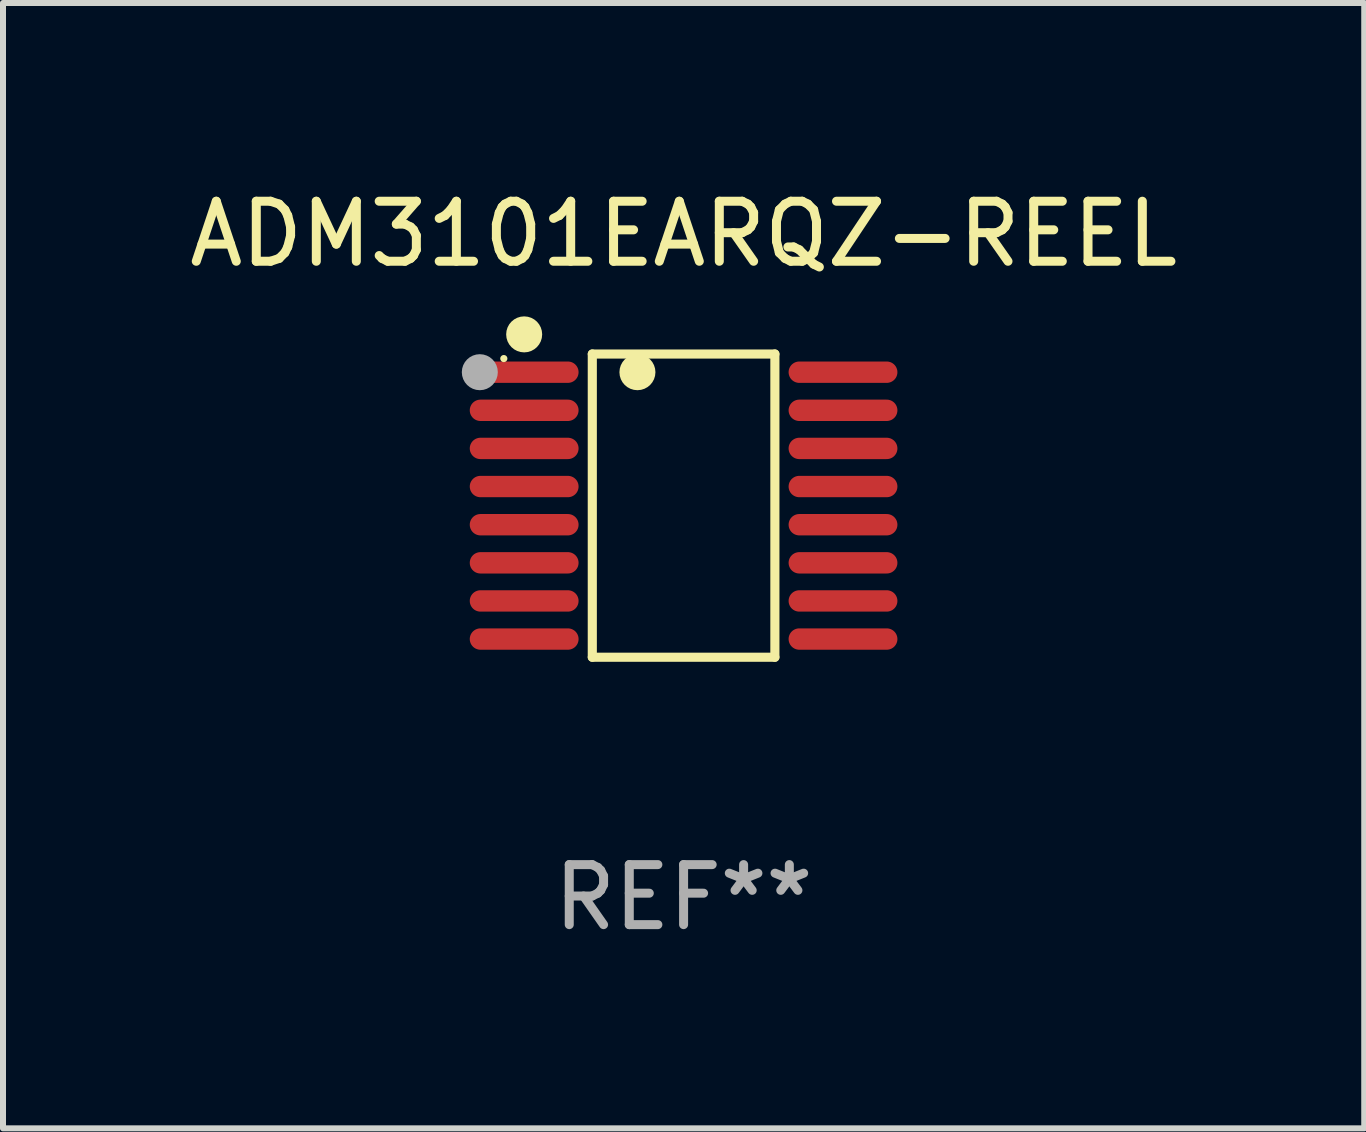
<source format=kicad_pcb>
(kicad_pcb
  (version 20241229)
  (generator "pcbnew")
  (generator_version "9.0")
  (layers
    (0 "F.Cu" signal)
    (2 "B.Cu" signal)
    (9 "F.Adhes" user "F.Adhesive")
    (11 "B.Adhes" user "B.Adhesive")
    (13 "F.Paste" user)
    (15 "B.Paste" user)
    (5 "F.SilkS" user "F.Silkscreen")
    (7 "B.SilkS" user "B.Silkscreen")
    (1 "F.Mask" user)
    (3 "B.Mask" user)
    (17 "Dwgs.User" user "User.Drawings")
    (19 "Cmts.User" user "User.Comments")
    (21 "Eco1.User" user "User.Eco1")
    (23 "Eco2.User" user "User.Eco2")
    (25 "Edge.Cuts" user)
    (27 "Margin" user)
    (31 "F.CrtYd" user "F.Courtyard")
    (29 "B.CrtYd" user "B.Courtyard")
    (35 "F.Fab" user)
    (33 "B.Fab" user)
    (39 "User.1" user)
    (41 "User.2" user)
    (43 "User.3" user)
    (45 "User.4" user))
  (footprint "ADM3101EARQZ-REEL"
    (layer "F.Cu")
    (at 8.339 5.374)
    (property "Reference" "ADM3101EARQZ-REEL" (at 0 -4.526 0) (layer "F.SilkS") (effects (font (size 1 1) (thickness 0.15))))
    (attr through_hole)
    (fp_line (start -1.521 -2.526) (end 1.521 -2.526) (stroke (width 0.152) (type solid)) (layer "F.SilkS"))
    (fp_line (start -1.521 2.526) (end -1.521 -2.526) (stroke (width 0.152) (type solid)) (layer "F.SilkS"))
    (fp_line (start 1.521 -2.526) (end 1.521 2.526) (stroke (width 0.152) (type solid)) (layer "F.SilkS"))
    (fp_line (start 1.521 2.526) (end -1.521 2.526) (stroke (width 0.152) (type solid)) (layer "F.SilkS"))
    (fp_circle (center -2.995 -2.45) (end -2.965 -2.45) (stroke (width 0.06) (type solid)) (fill no) (layer "F.SilkS"))
    (fp_circle (center -2.656 -2.853) (end -2.506 -2.853) (stroke (width 0.3) (type solid)) (fill no) (layer "F.SilkS"))
    (fp_circle (center -0.769 -2.223) (end -0.619 -2.223) (stroke (width 0.3) (type solid)) (fill no) (layer "F.SilkS"))
    (fp_circle (center -3.395 -2.223) (end -3.245 -2.223) (stroke (width 0.3) (type solid)) (fill no) (layer "F.Fab"))
    (fp_text user "REF**" (at 0 6.526 0) (layer "F.Fab") (effects (font (size 1 1) (thickness 0.15))))
    (pad "1" smd oval (at -2.656 -2.223 270) (size 0.356 1.813) (layers "F.Cu" "F.Mask" "F.Paste"))
    (pad "2" smd oval (at -2.656 -1.588 270) (size 0.356 1.813) (layers "F.Cu" "F.Mask" "F.Paste"))
    (pad "3" smd oval (at -2.656 -0.953 270) (size 0.356 1.813) (layers "F.Cu" "F.Mask" "F.Paste"))
    (pad "4" smd oval (at -2.656 -0.318 270) (size 0.356 1.813) (layers "F.Cu" "F.Mask" "F.Paste"))
    (pad "5" smd oval (at -2.656 0.318 270) (size 0.356 1.813) (layers "F.Cu" "F.Mask" "F.Paste"))
    (pad "6" smd oval (at -2.656 0.953 270) (size 0.356 1.813) (layers "F.Cu" "F.Mask" "F.Paste"))
    (pad "7" smd oval (at -2.656 1.588 270) (size 0.356 1.813) (layers "F.Cu" "F.Mask" "F.Paste"))
    (pad "8" smd oval (at -2.656 2.223 270) (size 0.356 1.813) (layers "F.Cu" "F.Mask" "F.Paste"))
    (pad "9" smd oval (at 2.656 2.223 270) (size 0.356 1.813) (layers "F.Cu" "F.Mask" "F.Paste"))
    (pad "10" smd oval (at 2.656 1.588 270) (size 0.356 1.813) (layers "F.Cu" "F.Mask" "F.Paste"))
    (pad "11" smd oval (at 2.656 0.953 270) (size 0.356 1.813) (layers "F.Cu" "F.Mask" "F.Paste"))
    (pad "12" smd oval (at 2.656 0.318 270) (size 0.356 1.813) (layers "F.Cu" "F.Mask" "F.Paste"))
    (pad "13" smd oval (at 2.656 -0.318 270) (size 0.356 1.813) (layers "F.Cu" "F.Mask" "F.Paste"))
    (pad "14" smd oval (at 2.656 -0.953 270) (size 0.356 1.813) (layers "F.Cu" "F.Mask" "F.Paste"))
    (pad "15" smd oval (at 2.656 -1.588 270) (size 0.356 1.813) (layers "F.Cu" "F.Mask" "F.Paste"))
    (pad "16" smd oval (at 2.656 -2.223 270) (size 0.356 1.813) (layers "F.Cu" "F.Mask" "F.Paste")))
  (gr_rect
    (start -3 -3)
    (end 19.679 15.749)
    (stroke (width 0.1) (type default))
    (fill no)
    (layer "Edge.Cuts")))
</source>
